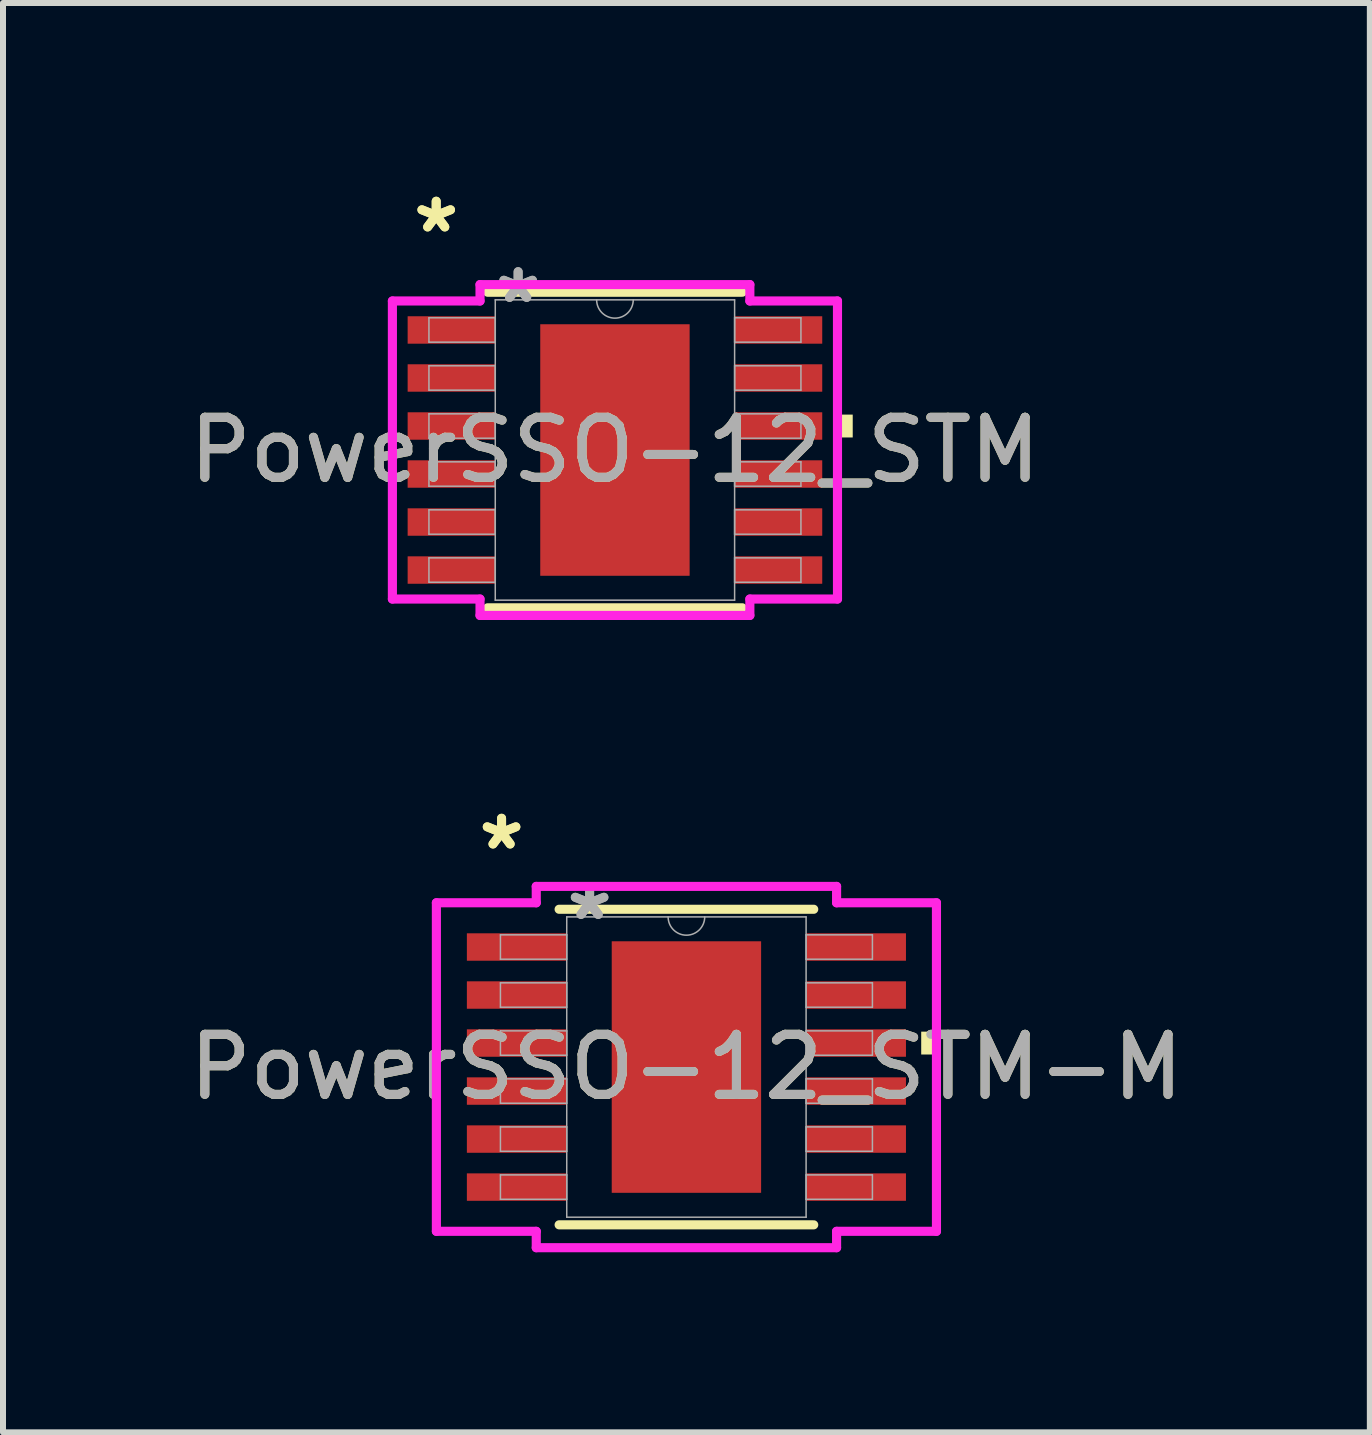
<source format=kicad_pcb>
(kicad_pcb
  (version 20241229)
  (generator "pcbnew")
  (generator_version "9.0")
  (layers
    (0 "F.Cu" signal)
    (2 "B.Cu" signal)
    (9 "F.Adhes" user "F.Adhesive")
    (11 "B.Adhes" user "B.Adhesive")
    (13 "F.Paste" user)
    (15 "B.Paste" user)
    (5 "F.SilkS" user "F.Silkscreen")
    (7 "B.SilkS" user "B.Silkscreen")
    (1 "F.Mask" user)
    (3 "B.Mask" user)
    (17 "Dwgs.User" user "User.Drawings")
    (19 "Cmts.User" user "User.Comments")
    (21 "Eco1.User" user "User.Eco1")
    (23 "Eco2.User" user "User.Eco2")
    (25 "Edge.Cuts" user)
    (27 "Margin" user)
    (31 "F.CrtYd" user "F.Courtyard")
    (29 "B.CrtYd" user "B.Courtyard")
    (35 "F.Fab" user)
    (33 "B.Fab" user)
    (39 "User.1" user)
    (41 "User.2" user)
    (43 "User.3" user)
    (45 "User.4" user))
  (footprint "PowerSSO-12_STM"
    (layer "F.Cu")
    (at 7.196 4.448)
    (property "Reference" "PowerSSO-12_STM" (at 0 0 0) (unlocked yes) (layer "F.SilkS") (effects (font (size 1 1) (thickness 0.15))))
    (attr smd)
    (fp_line (start -2.121 2.629) (end 2.121 2.629) (stroke (width 0.152) (type solid)) (layer "F.SilkS"))
    (fp_line (start 2.121 -2.629) (end -2.121 -2.629) (stroke (width 0.152) (type solid)) (layer "F.SilkS"))
    (fp_poly (pts (xy 3.962 -0.59) (xy 3.962 -0.209) (xy 3.708 -0.209) (xy 3.708 -0.59)) (stroke (width 0) (type solid)) (fill yes) (layer "F.SilkS"))
    (fp_poly (pts (xy -1.145 -1.996) (xy -1.145 -0.798) (xy 1.145 -0.798) (xy 1.145 -1.996)) (stroke (width 0) (type solid)) (fill yes) (layer "F.Paste"))
    (fp_poly (pts (xy -1.145 -0.599) (xy -1.145 0.599) (xy 1.145 0.599) (xy 1.145 -0.599)) (stroke (width 0) (type solid)) (fill yes) (layer "F.Paste"))
    (fp_poly (pts (xy -1.145 0.798) (xy -1.145 1.996) (xy 1.145 1.996) (xy 1.145 0.798)) (stroke (width 0) (type solid)) (fill yes) (layer "F.Paste"))
    (fp_line (start -3.708 -2.483) (end -2.248 -2.483) (stroke (width 0.152) (type solid)) (layer "F.CrtYd"))
    (fp_line (start -3.708 2.483) (end -3.708 -2.483) (stroke (width 0.152) (type solid)) (layer "F.CrtYd"))
    (fp_line (start -3.708 2.483) (end -2.248 2.483) (stroke (width 0.152) (type solid)) (layer "F.CrtYd"))
    (fp_line (start -2.248 -2.756) (end 2.248 -2.756) (stroke (width 0.152) (type solid)) (layer "F.CrtYd"))
    (fp_line (start -2.248 -2.483) (end -2.248 -2.756) (stroke (width 0.152) (type solid)) (layer "F.CrtYd"))
    (fp_line (start -2.248 2.756) (end -2.248 2.483) (stroke (width 0.152) (type solid)) (layer "F.CrtYd"))
    (fp_line (start 2.248 -2.756) (end 2.248 -2.483) (stroke (width 0.152) (type solid)) (layer "F.CrtYd"))
    (fp_line (start 2.248 2.483) (end 2.248 2.756) (stroke (width 0.152) (type solid)) (layer "F.CrtYd"))
    (fp_line (start 2.248 2.756) (end -2.248 2.756) (stroke (width 0.152) (type solid)) (layer "F.CrtYd"))
    (fp_line (start 3.708 -2.483) (end 2.248 -2.483) (stroke (width 0.152) (type solid)) (layer "F.CrtYd"))
    (fp_line (start 3.708 -2.483) (end 3.708 2.483) (stroke (width 0.152) (type solid)) (layer "F.CrtYd"))
    (fp_line (start 3.708 2.483) (end 2.248 2.483) (stroke (width 0.152) (type solid)) (layer "F.CrtYd"))
    (fp_line (start -3.099 -2.203) (end -3.099 -1.797) (stroke (width 0.025) (type solid)) (layer "F.Fab"))
    (fp_line (start -3.099 -1.797) (end -1.994 -1.797) (stroke (width 0.025) (type solid)) (layer "F.Fab"))
    (fp_line (start -3.099 -1.403) (end -3.099 -0.997) (stroke (width 0.025) (type solid)) (layer "F.Fab"))
    (fp_line (start -3.099 -0.997) (end -1.994 -0.997) (stroke (width 0.025) (type solid)) (layer "F.Fab"))
    (fp_line (start -3.099 -0.603) (end -3.099 -0.197) (stroke (width 0.025) (type solid)) (layer "F.Fab"))
    (fp_line (start -3.099 -0.197) (end -1.994 -0.197) (stroke (width 0.025) (type solid)) (layer "F.Fab"))
    (fp_line (start -3.099 0.197) (end -3.099 0.603) (stroke (width 0.025) (type solid)) (layer "F.Fab"))
    (fp_line (start -3.099 0.603) (end -1.994 0.603) (stroke (width 0.025) (type solid)) (layer "F.Fab"))
    (fp_line (start -3.099 0.997) (end -3.099 1.403) (stroke (width 0.025) (type solid)) (layer "F.Fab"))
    (fp_line (start -3.099 1.403) (end -1.994 1.403) (stroke (width 0.025) (type solid)) (layer "F.Fab"))
    (fp_line (start -3.099 1.797) (end -3.099 2.203) (stroke (width 0.025) (type solid)) (layer "F.Fab"))
    (fp_line (start -3.099 2.203) (end -1.994 2.203) (stroke (width 0.025) (type solid)) (layer "F.Fab"))
    (fp_line (start -1.994 -2.502) (end -1.994 2.502) (stroke (width 0.025) (type solid)) (layer "F.Fab"))
    (fp_line (start -1.994 -2.203) (end -3.099 -2.203) (stroke (width 0.025) (type solid)) (layer "F.Fab"))
    (fp_line (start -1.994 -1.797) (end -1.994 -2.203) (stroke (width 0.025) (type solid)) (layer "F.Fab"))
    (fp_line (start -1.994 -1.403) (end -3.099 -1.403) (stroke (width 0.025) (type solid)) (layer "F.Fab"))
    (fp_line (start -1.994 -0.997) (end -1.994 -1.403) (stroke (width 0.025) (type solid)) (layer "F.Fab"))
    (fp_line (start -1.994 -0.603) (end -3.099 -0.603) (stroke (width 0.025) (type solid)) (layer "F.Fab"))
    (fp_line (start -1.994 -0.197) (end -1.994 -0.603) (stroke (width 0.025) (type solid)) (layer "F.Fab"))
    (fp_line (start -1.994 0.197) (end -3.099 0.197) (stroke (width 0.025) (type solid)) (layer "F.Fab"))
    (fp_line (start -1.994 0.603) (end -1.994 0.197) (stroke (width 0.025) (type solid)) (layer "F.Fab"))
    (fp_line (start -1.994 0.997) (end -3.099 0.997) (stroke (width 0.025) (type solid)) (layer "F.Fab"))
    (fp_line (start -1.994 1.403) (end -1.994 0.997) (stroke (width 0.025) (type solid)) (layer "F.Fab"))
    (fp_line (start -1.994 1.797) (end -3.099 1.797) (stroke (width 0.025) (type solid)) (layer "F.Fab"))
    (fp_line (start -1.994 2.203) (end -1.994 1.797) (stroke (width 0.025) (type solid)) (layer "F.Fab"))
    (fp_line (start -1.994 2.502) (end 1.994 2.502) (stroke (width 0.025) (type solid)) (layer "F.Fab"))
    (fp_line (start 1.994 -2.502) (end -1.994 -2.502) (stroke (width 0.025) (type solid)) (layer "F.Fab"))
    (fp_line (start 1.994 -2.203) (end 1.994 -1.797) (stroke (width 0.025) (type solid)) (layer "F.Fab"))
    (fp_line (start 1.994 -1.797) (end 3.099 -1.797) (stroke (width 0.025) (type solid)) (layer "F.Fab"))
    (fp_line (start 1.994 -1.403) (end 1.994 -0.997) (stroke (width 0.025) (type solid)) (layer "F.Fab"))
    (fp_line (start 1.994 -0.997) (end 3.099 -0.997) (stroke (width 0.025) (type solid)) (layer "F.Fab"))
    (fp_line (start 1.994 -0.603) (end 1.994 -0.197) (stroke (width 0.025) (type solid)) (layer "F.Fab"))
    (fp_line (start 1.994 -0.197) (end 3.099 -0.197) (stroke (width 0.025) (type solid)) (layer "F.Fab"))
    (fp_line (start 1.994 0.197) (end 1.994 0.603) (stroke (width 0.025) (type solid)) (layer "F.Fab"))
    (fp_line (start 1.994 0.603) (end 3.099 0.603) (stroke (width 0.025) (type solid)) (layer "F.Fab"))
    (fp_line (start 1.994 0.997) (end 1.994 1.403) (stroke (width 0.025) (type solid)) (layer "F.Fab"))
    (fp_line (start 1.994 1.403) (end 3.099 1.403) (stroke (width 0.025) (type solid)) (layer "F.Fab"))
    (fp_line (start 1.994 1.797) (end 1.994 2.203) (stroke (width 0.025) (type solid)) (layer "F.Fab"))
    (fp_line (start 1.994 2.203) (end 3.099 2.203) (stroke (width 0.025) (type solid)) (layer "F.Fab"))
    (fp_line (start 1.994 2.502) (end 1.994 -2.502) (stroke (width 0.025) (type solid)) (layer "F.Fab"))
    (fp_line (start 3.099 -2.203) (end 1.994 -2.203) (stroke (width 0.025) (type solid)) (layer "F.Fab"))
    (fp_line (start 3.099 -1.797) (end 3.099 -2.203) (stroke (width 0.025) (type solid)) (layer "F.Fab"))
    (fp_line (start 3.099 -1.403) (end 1.994 -1.403) (stroke (width 0.025) (type solid)) (layer "F.Fab"))
    (fp_line (start 3.099 -0.997) (end 3.099 -1.403) (stroke (width 0.025) (type solid)) (layer "F.Fab"))
    (fp_line (start 3.099 -0.603) (end 1.994 -0.603) (stroke (width 0.025) (type solid)) (layer "F.Fab"))
    (fp_line (start 3.099 -0.197) (end 3.099 -0.603) (stroke (width 0.025) (type solid)) (layer "F.Fab"))
    (fp_line (start 3.099 0.197) (end 1.994 0.197) (stroke (width 0.025) (type solid)) (layer "F.Fab"))
    (fp_line (start 3.099 0.603) (end 3.099 0.197) (stroke (width 0.025) (type solid)) (layer "F.Fab"))
    (fp_line (start 3.099 0.997) (end 1.994 0.997) (stroke (width 0.025) (type solid)) (layer "F.Fab"))
    (fp_line (start 3.099 1.403) (end 3.099 0.997) (stroke (width 0.025) (type solid)) (layer "F.Fab"))
    (fp_line (start 3.099 1.797) (end 1.994 1.797) (stroke (width 0.025) (type solid)) (layer "F.Fab"))
    (fp_line (start 3.099 2.203) (end 3.099 1.797) (stroke (width 0.025) (type solid)) (layer "F.Fab"))
    (fp_arc (start 0.3048 -2.5019) (mid 0 -2.1971) (end -0.3048 -2.5019) (stroke (width 0.0254) (type solid)) (layer "F.Fab"))
    (fp_text user "*" (at -2.978 -3.6 0) (layer "F.SilkS") (effects (font (size 1 1) (thickness 0.15))))
    (fp_text user "*" (at -2.978 -3.6 0) (unlocked yes) (layer "F.SilkS") (effects (font (size 1 1) (thickness 0.15))))
    (fp_text user "${REFERENCE}" (at 0 0 0) (unlocked yes) (layer "F.Fab") (effects (font (size 1 1) (thickness 0.15))))
    (fp_text user "*" (at -1.613 -2.426 0) (unlocked yes) (layer "F.Fab") (effects (font (size 1 1) (thickness 0.15))))
    (fp_text user "*" (at -1.613 -2.426 0) (layer "F.Fab") (effects (font (size 1 1) (thickness 0.15))))
    (pad "1" smd rect (at -2.724 -2) (size 1.46 0.457) (layers "F.Cu" "F.Mask" "F.Paste"))
    (pad "2" smd rect (at -2.724 -1.2) (size 1.46 0.457) (layers "F.Cu" "F.Mask" "F.Paste"))
    (pad "3" smd rect (at -2.724 -0.4) (size 1.46 0.457) (layers "F.Cu" "F.Mask" "F.Paste"))
    (pad "4" smd rect (at -2.724 0.4) (size 1.46 0.457) (layers "F.Cu" "F.Mask" "F.Paste"))
    (pad "5" smd rect (at -2.724 1.2) (size 1.46 0.457) (layers "F.Cu" "F.Mask" "F.Paste"))
    (pad "6" smd rect (at -2.724 2) (size 1.46 0.457) (layers "F.Cu" "F.Mask" "F.Paste"))
    (pad "7" smd rect (at 2.724 2) (size 1.46 0.457) (layers "F.Cu" "F.Mask" "F.Paste"))
    (pad "8" smd rect (at 2.724 1.2) (size 1.46 0.457) (layers "F.Cu" "F.Mask" "F.Paste"))
    (pad "9" smd rect (at 2.724 0.4) (size 1.46 0.457) (layers "F.Cu" "F.Mask" "F.Paste"))
    (pad "10" smd rect (at 2.724 -0.4) (size 1.46 0.457) (layers "F.Cu" "F.Mask" "F.Paste"))
    (pad "11" smd rect (at 2.724 -1.2) (size 1.46 0.457) (layers "F.Cu" "F.Mask" "F.Paste"))
    (pad "12" smd rect (at 2.724 -2) (size 1.46 0.457) (layers "F.Cu" "F.Mask" "F.Paste"))
    (pad "EPAD" smd rect (at 0 0) (size 2.489 4.191) (layers "F.Cu" "F.Mask")))
  (footprint "PowerSSO-12_STM-M"
    (layer "F.Cu")
    (at 8.387 14.729)
    (property "Reference" "PowerSSO-12_STM-M" (at 0 0 0) (unlocked yes) (layer "F.SilkS") (effects (font (size 1 1) (thickness 0.15))))
    (attr smd)
    (fp_line (start -2.121 2.629) (end 2.121 2.629) (stroke (width 0.152) (type solid)) (layer "F.SilkS"))
    (fp_line (start 2.121 -2.629) (end -2.121 -2.629) (stroke (width 0.152) (type solid)) (layer "F.SilkS"))
    (fp_poly (pts (xy 4.166 -0.59) (xy 4.166 -0.209) (xy 3.912 -0.209) (xy 3.912 -0.59)) (stroke (width 0) (type solid)) (fill yes) (layer "F.SilkS"))
    (fp_poly (pts (xy -1.145 -1.996) (xy -1.145 -0.798) (xy 1.145 -0.798) (xy 1.145 -1.996)) (stroke (width 0) (type solid)) (fill yes) (layer "F.Paste"))
    (fp_poly (pts (xy -1.145 -0.599) (xy -1.145 0.599) (xy 1.145 0.599) (xy 1.145 -0.599)) (stroke (width 0) (type solid)) (fill yes) (layer "F.Paste"))
    (fp_poly (pts (xy -1.145 0.798) (xy -1.145 1.996) (xy 1.145 1.996) (xy 1.145 0.798)) (stroke (width 0) (type solid)) (fill yes) (layer "F.Paste"))
    (fp_line (start -4.166 -2.737) (end -2.502 -2.737) (stroke (width 0.152) (type solid)) (layer "F.CrtYd"))
    (fp_line (start -4.166 2.737) (end -4.166 -2.737) (stroke (width 0.152) (type solid)) (layer "F.CrtYd"))
    (fp_line (start -4.166 2.737) (end -2.502 2.737) (stroke (width 0.152) (type solid)) (layer "F.CrtYd"))
    (fp_line (start -2.502 -3.01) (end 2.502 -3.01) (stroke (width 0.152) (type solid)) (layer "F.CrtYd"))
    (fp_line (start -2.502 -2.737) (end -2.502 -3.01) (stroke (width 0.152) (type solid)) (layer "F.CrtYd"))
    (fp_line (start -2.502 3.01) (end -2.502 2.737) (stroke (width 0.152) (type solid)) (layer "F.CrtYd"))
    (fp_line (start 2.502 -3.01) (end 2.502 -2.737) (stroke (width 0.152) (type solid)) (layer "F.CrtYd"))
    (fp_line (start 2.502 2.737) (end 2.502 3.01) (stroke (width 0.152) (type solid)) (layer "F.CrtYd"))
    (fp_line (start 2.502 3.01) (end -2.502 3.01) (stroke (width 0.152) (type solid)) (layer "F.CrtYd"))
    (fp_line (start 4.166 -2.737) (end 2.502 -2.737) (stroke (width 0.152) (type solid)) (layer "F.CrtYd"))
    (fp_line (start 4.166 -2.737) (end 4.166 2.737) (stroke (width 0.152) (type solid)) (layer "F.CrtYd"))
    (fp_line (start 4.166 2.737) (end 2.502 2.737) (stroke (width 0.152) (type solid)) (layer "F.CrtYd"))
    (fp_line (start -3.099 -2.203) (end -3.099 -1.797) (stroke (width 0.025) (type solid)) (layer "F.Fab"))
    (fp_line (start -3.099 -1.797) (end -1.994 -1.797) (stroke (width 0.025) (type solid)) (layer "F.Fab"))
    (fp_line (start -3.099 -1.403) (end -3.099 -0.997) (stroke (width 0.025) (type solid)) (layer "F.Fab"))
    (fp_line (start -3.099 -0.997) (end -1.994 -0.997) (stroke (width 0.025) (type solid)) (layer "F.Fab"))
    (fp_line (start -3.099 -0.603) (end -3.099 -0.197) (stroke (width 0.025) (type solid)) (layer "F.Fab"))
    (fp_line (start -3.099 -0.197) (end -1.994 -0.197) (stroke (width 0.025) (type solid)) (layer "F.Fab"))
    (fp_line (start -3.099 0.197) (end -3.099 0.603) (stroke (width 0.025) (type solid)) (layer "F.Fab"))
    (fp_line (start -3.099 0.603) (end -1.994 0.603) (stroke (width 0.025) (type solid)) (layer "F.Fab"))
    (fp_line (start -3.099 0.997) (end -3.099 1.403) (stroke (width 0.025) (type solid)) (layer "F.Fab"))
    (fp_line (start -3.099 1.403) (end -1.994 1.403) (stroke (width 0.025) (type solid)) (layer "F.Fab"))
    (fp_line (start -3.099 1.797) (end -3.099 2.203) (stroke (width 0.025) (type solid)) (layer "F.Fab"))
    (fp_line (start -3.099 2.203) (end -1.994 2.203) (stroke (width 0.025) (type solid)) (layer "F.Fab"))
    (fp_line (start -1.994 -2.502) (end -1.994 2.502) (stroke (width 0.025) (type solid)) (layer "F.Fab"))
    (fp_line (start -1.994 -2.203) (end -3.099 -2.203) (stroke (width 0.025) (type solid)) (layer "F.Fab"))
    (fp_line (start -1.994 -1.797) (end -1.994 -2.203) (stroke (width 0.025) (type solid)) (layer "F.Fab"))
    (fp_line (start -1.994 -1.403) (end -3.099 -1.403) (stroke (width 0.025) (type solid)) (layer "F.Fab"))
    (fp_line (start -1.994 -0.997) (end -1.994 -1.403) (stroke (width 0.025) (type solid)) (layer "F.Fab"))
    (fp_line (start -1.994 -0.603) (end -3.099 -0.603) (stroke (width 0.025) (type solid)) (layer "F.Fab"))
    (fp_line (start -1.994 -0.197) (end -1.994 -0.603) (stroke (width 0.025) (type solid)) (layer "F.Fab"))
    (fp_line (start -1.994 0.197) (end -3.099 0.197) (stroke (width 0.025) (type solid)) (layer "F.Fab"))
    (fp_line (start -1.994 0.603) (end -1.994 0.197) (stroke (width 0.025) (type solid)) (layer "F.Fab"))
    (fp_line (start -1.994 0.997) (end -3.099 0.997) (stroke (width 0.025) (type solid)) (layer "F.Fab"))
    (fp_line (start -1.994 1.403) (end -1.994 0.997) (stroke (width 0.025) (type solid)) (layer "F.Fab"))
    (fp_line (start -1.994 1.797) (end -3.099 1.797) (stroke (width 0.025) (type solid)) (layer "F.Fab"))
    (fp_line (start -1.994 2.203) (end -1.994 1.797) (stroke (width 0.025) (type solid)) (layer "F.Fab"))
    (fp_line (start -1.994 2.502) (end 1.994 2.502) (stroke (width 0.025) (type solid)) (layer "F.Fab"))
    (fp_line (start 1.994 -2.502) (end -1.994 -2.502) (stroke (width 0.025) (type solid)) (layer "F.Fab"))
    (fp_line (start 1.994 -2.203) (end 1.994 -1.797) (stroke (width 0.025) (type solid)) (layer "F.Fab"))
    (fp_line (start 1.994 -1.797) (end 3.099 -1.797) (stroke (width 0.025) (type solid)) (layer "F.Fab"))
    (fp_line (start 1.994 -1.403) (end 1.994 -0.997) (stroke (width 0.025) (type solid)) (layer "F.Fab"))
    (fp_line (start 1.994 -0.997) (end 3.099 -0.997) (stroke (width 0.025) (type solid)) (layer "F.Fab"))
    (fp_line (start 1.994 -0.603) (end 1.994 -0.197) (stroke (width 0.025) (type solid)) (layer "F.Fab"))
    (fp_line (start 1.994 -0.197) (end 3.099 -0.197) (stroke (width 0.025) (type solid)) (layer "F.Fab"))
    (fp_line (start 1.994 0.197) (end 1.994 0.603) (stroke (width 0.025) (type solid)) (layer "F.Fab"))
    (fp_line (start 1.994 0.603) (end 3.099 0.603) (stroke (width 0.025) (type solid)) (layer "F.Fab"))
    (fp_line (start 1.994 0.997) (end 1.994 1.403) (stroke (width 0.025) (type solid)) (layer "F.Fab"))
    (fp_line (start 1.994 1.403) (end 3.099 1.403) (stroke (width 0.025) (type solid)) (layer "F.Fab"))
    (fp_line (start 1.994 1.797) (end 1.994 2.203) (stroke (width 0.025) (type solid)) (layer "F.Fab"))
    (fp_line (start 1.994 2.203) (end 3.099 2.203) (stroke (width 0.025) (type solid)) (layer "F.Fab"))
    (fp_line (start 1.994 2.502) (end 1.994 -2.502) (stroke (width 0.025) (type solid)) (layer "F.Fab"))
    (fp_line (start 3.099 -2.203) (end 1.994 -2.203) (stroke (width 0.025) (type solid)) (layer "F.Fab"))
    (fp_line (start 3.099 -1.797) (end 3.099 -2.203) (stroke (width 0.025) (type solid)) (layer "F.Fab"))
    (fp_line (start 3.099 -1.403) (end 1.994 -1.403) (stroke (width 0.025) (type solid)) (layer "F.Fab"))
    (fp_line (start 3.099 -0.997) (end 3.099 -1.403) (stroke (width 0.025) (type solid)) (layer "F.Fab"))
    (fp_line (start 3.099 -0.603) (end 1.994 -0.603) (stroke (width 0.025) (type solid)) (layer "F.Fab"))
    (fp_line (start 3.099 -0.197) (end 3.099 -0.603) (stroke (width 0.025) (type solid)) (layer "F.Fab"))
    (fp_line (start 3.099 0.197) (end 1.994 0.197) (stroke (width 0.025) (type solid)) (layer "F.Fab"))
    (fp_line (start 3.099 0.603) (end 3.099 0.197) (stroke (width 0.025) (type solid)) (layer "F.Fab"))
    (fp_line (start 3.099 0.997) (end 1.994 0.997) (stroke (width 0.025) (type solid)) (layer "F.Fab"))
    (fp_line (start 3.099 1.403) (end 3.099 0.997) (stroke (width 0.025) (type solid)) (layer "F.Fab"))
    (fp_line (start 3.099 1.797) (end 1.994 1.797) (stroke (width 0.025) (type solid)) (layer "F.Fab"))
    (fp_line (start 3.099 2.203) (end 3.099 1.797) (stroke (width 0.025) (type solid)) (layer "F.Fab"))
    (fp_arc (start 0.3048 -2.5019) (mid 0 -2.1971) (end -0.3048 -2.5019) (stroke (width 0.0254) (type solid)) (layer "F.Fab"))
    (fp_text user "*" (at -3.08 -3.6 0) (layer "F.SilkS") (effects (font (size 1 1) (thickness 0.15))))
    (fp_text user "*" (at -3.08 -3.6 0) (unlocked yes) (layer "F.SilkS") (effects (font (size 1 1) (thickness 0.15))))
    (fp_text user "${REFERENCE}" (at 0 0 0) (unlocked yes) (layer "F.Fab") (effects (font (size 1 1) (thickness 0.15))))
    (fp_text user "*" (at -1.613 -2.426 0) (layer "F.Fab") (effects (font (size 1 1) (thickness 0.15))))
    (fp_text user "*" (at -1.613 -2.426 0) (unlocked yes) (layer "F.Fab") (effects (font (size 1 1) (thickness 0.15))))
    (pad "1" smd rect (at -2.826 -2) (size 1.664 0.457) (layers "F.Cu" "F.Mask" "F.Paste"))
    (pad "2" smd rect (at -2.826 -1.2) (size 1.664 0.457) (layers "F.Cu" "F.Mask" "F.Paste"))
    (pad "3" smd rect (at -2.826 -0.4) (size 1.664 0.457) (layers "F.Cu" "F.Mask" "F.Paste"))
    (pad "4" smd rect (at -2.826 0.4) (size 1.664 0.457) (layers "F.Cu" "F.Mask" "F.Paste"))
    (pad "5" smd rect (at -2.826 1.2) (size 1.664 0.457) (layers "F.Cu" "F.Mask" "F.Paste"))
    (pad "6" smd rect (at -2.826 2) (size 1.664 0.457) (layers "F.Cu" "F.Mask" "F.Paste"))
    (pad "7" smd rect (at 2.826 2) (size 1.664 0.457) (layers "F.Cu" "F.Mask" "F.Paste"))
    (pad "8" smd rect (at 2.826 1.2) (size 1.664 0.457) (layers "F.Cu" "F.Mask" "F.Paste"))
    (pad "9" smd rect (at 2.826 0.4) (size 1.664 0.457) (layers "F.Cu" "F.Mask" "F.Paste"))
    (pad "10" smd rect (at 2.826 -0.4) (size 1.664 0.457) (layers "F.Cu" "F.Mask" "F.Paste"))
    (pad "11" smd rect (at 2.826 -1.2) (size 1.664 0.457) (layers "F.Cu" "F.Mask" "F.Paste"))
    (pad "12" smd rect (at 2.826 -2) (size 1.664 0.457) (layers "F.Cu" "F.Mask" "F.Paste"))
    (pad "EPAD" smd rect (at 0 0) (size 2.489 4.191) (layers "F.Cu" "F.Mask")))
  (gr_rect
    (start -3 -3)
    (end 19.774 20.815)
    (stroke (width 0.1) (type default))
    (fill no)
    (layer "Edge.Cuts")))
</source>
